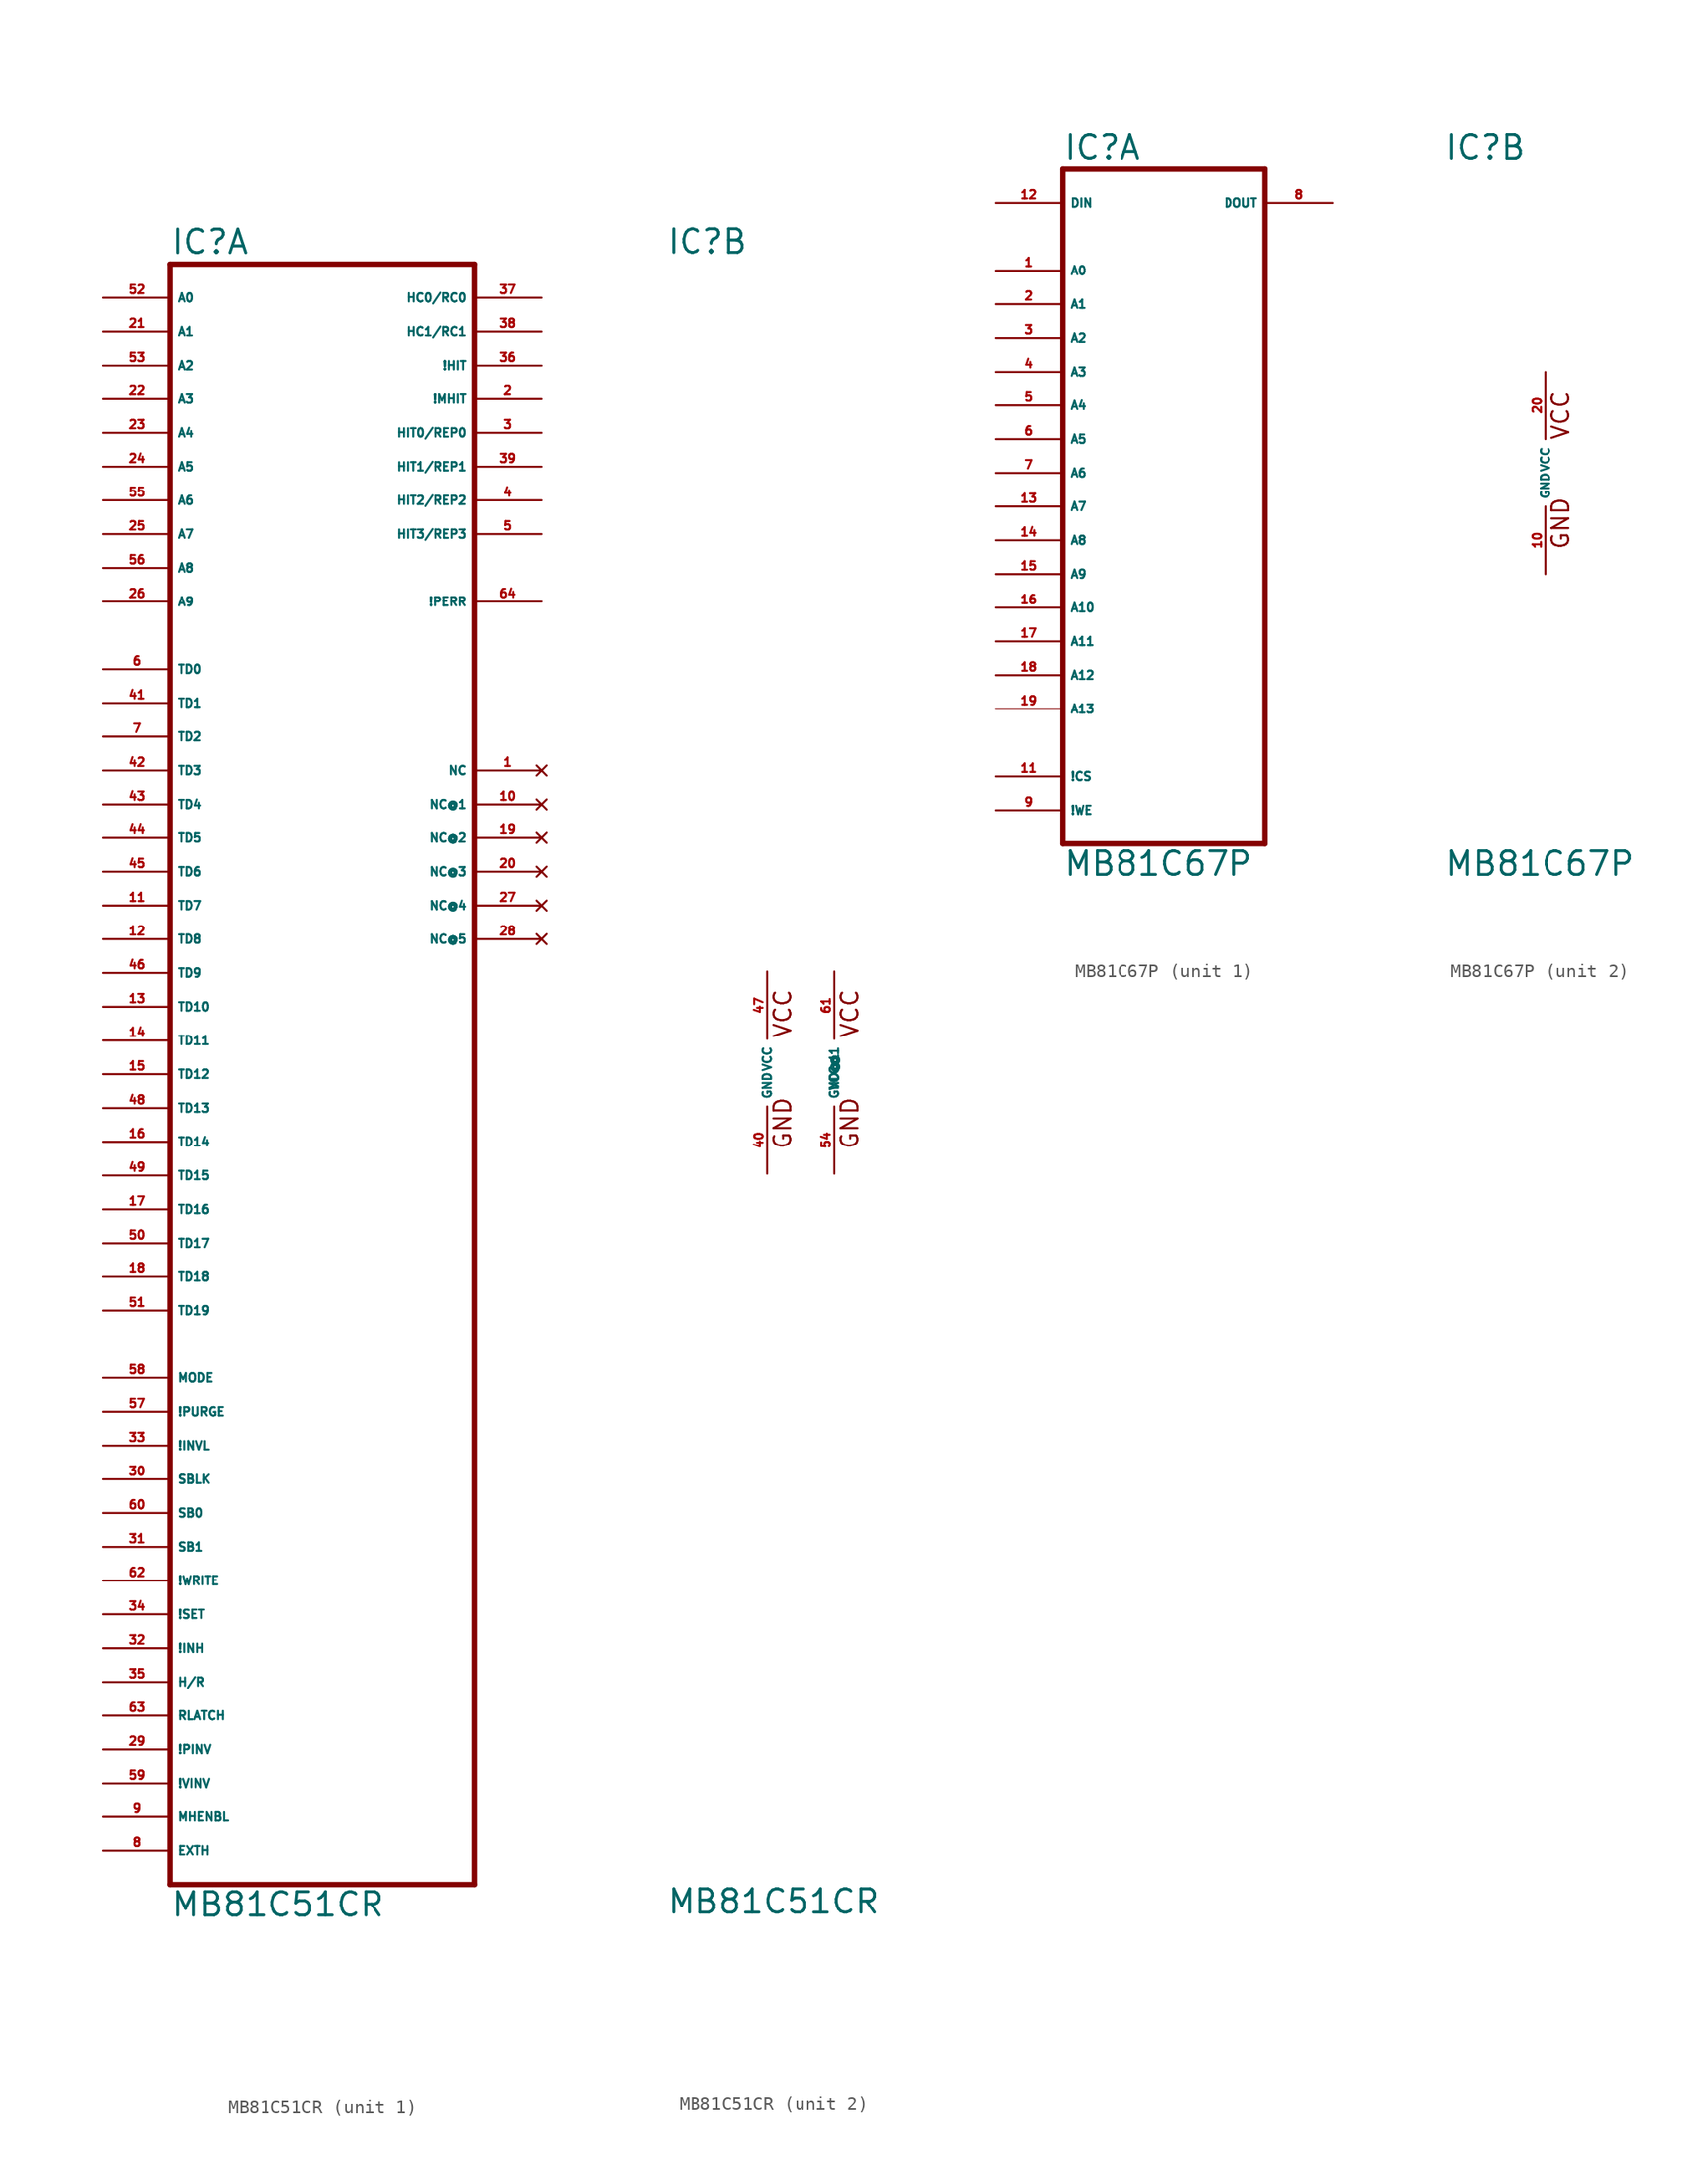
<source format=kicad_sym>
(kicad_symbol_lib
  (version 20220914)
  (generator Eagle2Kicad)
  (symbol "MB81C51CR"
    (property "Reference" "IC"
      (at -10.16 61.595 0)
      (effects (font (size 1.778 1.778) (thickness 0.22)) (justify left bottom)))
    (property "Value" "MB81C51CR"
      (at -10.16 -63.5 0)
      (effects (font (size 1.778 1.778) (thickness 0.22)) (justify left bottom)))
    (symbol "MB81C51CR_1_0"
      (polyline (pts (xy -10.16 60.96) (xy 12.7 60.96)) (stroke (width 0.406) (type default)) (fill (type none)))
      (polyline (pts (xy 12.7 60.96) (xy 12.7 -60.96)) (stroke (width 0.406) (type default)) (fill (type none)))
      (polyline (pts (xy 12.7 -60.96) (xy -10.16 -60.96)) (stroke (width 0.406) (type default)) (fill (type none)))
      (polyline (pts (xy -10.16 -60.96) (xy -10.16 60.96)) (stroke (width 0.406) (type default)) (fill (type none)))
      (pin input line (at -15.24 58.42 0) (length 5.08) (name "A0" (effects (font (size 0.635 0.635) (thickness 0.08)) (justify left bottom))) (number "52" (effects (font (size 0.635 0.635) (thickness 0.08)) (justify left bottom))))
      (pin input line (at -15.24 55.88 0) (length 5.08) (name "A1" (effects (font (size 0.635 0.635) (thickness 0.08)) (justify left bottom))) (number "21" (effects (font (size 0.635 0.635) (thickness 0.08)) (justify left bottom))))
      (pin input line (at -15.24 53.34 0) (length 5.08) (name "A2" (effects (font (size 0.635 0.635) (thickness 0.08)) (justify left bottom))) (number "53" (effects (font (size 0.635 0.635) (thickness 0.08)) (justify left bottom))))
      (pin input line (at -15.24 50.8 0) (length 5.08) (name "A3" (effects (font (size 0.635 0.635) (thickness 0.08)) (justify left bottom))) (number "22" (effects (font (size 0.635 0.635) (thickness 0.08)) (justify left bottom))))
      (pin input line (at -15.24 48.26 0) (length 5.08) (name "A4" (effects (font (size 0.635 0.635) (thickness 0.08)) (justify left bottom))) (number "23" (effects (font (size 0.635 0.635) (thickness 0.08)) (justify left bottom))))
      (pin input line (at -15.24 45.72 0) (length 5.08) (name "A5" (effects (font (size 0.635 0.635) (thickness 0.08)) (justify left bottom))) (number "24" (effects (font (size 0.635 0.635) (thickness 0.08)) (justify left bottom))))
      (pin input line (at -15.24 43.18 0) (length 5.08) (name "A6" (effects (font (size 0.635 0.635) (thickness 0.08)) (justify left bottom))) (number "55" (effects (font (size 0.635 0.635) (thickness 0.08)) (justify left bottom))))
      (pin input line (at -15.24 40.64 0) (length 5.08) (name "A7" (effects (font (size 0.635 0.635) (thickness 0.08)) (justify left bottom))) (number "25" (effects (font (size 0.635 0.635) (thickness 0.08)) (justify left bottom))))
      (pin input line (at -15.24 38.1 0) (length 5.08) (name "A8" (effects (font (size 0.635 0.635) (thickness 0.08)) (justify left bottom))) (number "56" (effects (font (size 0.635 0.635) (thickness 0.08)) (justify left bottom))))
      (pin input line (at -15.24 35.56 0) (length 5.08) (name "A9" (effects (font (size 0.635 0.635) (thickness 0.08)) (justify left bottom))) (number "26" (effects (font (size 0.635 0.635) (thickness 0.08)) (justify left bottom))))
      (pin input line (at -15.24 30.48 0) (length 5.08) (name "TD0" (effects (font (size 0.635 0.635) (thickness 0.08)) (justify left bottom))) (number "6" (effects (font (size 0.635 0.635) (thickness 0.08)) (justify left bottom))))
      (pin input line (at -15.24 27.94 0) (length 5.08) (name "TD1" (effects (font (size 0.635 0.635) (thickness 0.08)) (justify left bottom))) (number "41" (effects (font (size 0.635 0.635) (thickness 0.08)) (justify left bottom))))
      (pin input line (at -15.24 25.4 0) (length 5.08) (name "TD2" (effects (font (size 0.635 0.635) (thickness 0.08)) (justify left bottom))) (number "7" (effects (font (size 0.635 0.635) (thickness 0.08)) (justify left bottom))))
      (pin input line (at -15.24 22.86 0) (length 5.08) (name "TD3" (effects (font (size 0.635 0.635) (thickness 0.08)) (justify left bottom))) (number "42" (effects (font (size 0.635 0.635) (thickness 0.08)) (justify left bottom))))
      (pin input line (at -15.24 20.32 0) (length 5.08) (name "TD4" (effects (font (size 0.635 0.635) (thickness 0.08)) (justify left bottom))) (number "43" (effects (font (size 0.635 0.635) (thickness 0.08)) (justify left bottom))))
      (pin input line (at -15.24 17.78 0) (length 5.08) (name "TD5" (effects (font (size 0.635 0.635) (thickness 0.08)) (justify left bottom))) (number "44" (effects (font (size 0.635 0.635) (thickness 0.08)) (justify left bottom))))
      (pin input line (at -15.24 15.24 0) (length 5.08) (name "TD6" (effects (font (size 0.635 0.635) (thickness 0.08)) (justify left bottom))) (number "45" (effects (font (size 0.635 0.635) (thickness 0.08)) (justify left bottom))))
      (pin input line (at -15.24 12.7 0) (length 5.08) (name "TD7" (effects (font (size 0.635 0.635) (thickness 0.08)) (justify left bottom))) (number "11" (effects (font (size 0.635 0.635) (thickness 0.08)) (justify left bottom))))
      (pin input line (at -15.24 10.16 0) (length 5.08) (name "TD8" (effects (font (size 0.635 0.635) (thickness 0.08)) (justify left bottom))) (number "12" (effects (font (size 0.635 0.635) (thickness 0.08)) (justify left bottom))))
      (pin input line (at -15.24 7.62 0) (length 5.08) (name "TD9" (effects (font (size 0.635 0.635) (thickness 0.08)) (justify left bottom))) (number "46" (effects (font (size 0.635 0.635) (thickness 0.08)) (justify left bottom))))
      (pin input line (at -15.24 5.08 0) (length 5.08) (name "TD10" (effects (font (size 0.635 0.635) (thickness 0.08)) (justify left bottom))) (number "13" (effects (font (size 0.635 0.635) (thickness 0.08)) (justify left bottom))))
      (pin input line (at -15.24 2.54 0) (length 5.08) (name "TD11" (effects (font (size 0.635 0.635) (thickness 0.08)) (justify left bottom))) (number "14" (effects (font (size 0.635 0.635) (thickness 0.08)) (justify left bottom))))
      (pin input line (at -15.24 0 0) (length 5.08) (name "TD12" (effects (font (size 0.635 0.635) (thickness 0.08)) (justify left bottom))) (number "15" (effects (font (size 0.635 0.635) (thickness 0.08)) (justify left bottom))))
      (pin input line (at -15.24 -2.54 0) (length 5.08) (name "TD13" (effects (font (size 0.635 0.635) (thickness 0.08)) (justify left bottom))) (number "48" (effects (font (size 0.635 0.635) (thickness 0.08)) (justify left bottom))))
      (pin input line (at -15.24 -5.08 0) (length 5.08) (name "TD14" (effects (font (size 0.635 0.635) (thickness 0.08)) (justify left bottom))) (number "16" (effects (font (size 0.635 0.635) (thickness 0.08)) (justify left bottom))))
      (pin input line (at -15.24 -7.62 0) (length 5.08) (name "TD15" (effects (font (size 0.635 0.635) (thickness 0.08)) (justify left bottom))) (number "49" (effects (font (size 0.635 0.635) (thickness 0.08)) (justify left bottom))))
      (pin input line (at -15.24 -10.16 0) (length 5.08) (name "TD16" (effects (font (size 0.635 0.635) (thickness 0.08)) (justify left bottom))) (number "17" (effects (font (size 0.635 0.635) (thickness 0.08)) (justify left bottom))))
      (pin input line (at -15.24 -12.7 0) (length 5.08) (name "TD17" (effects (font (size 0.635 0.635) (thickness 0.08)) (justify left bottom))) (number "50" (effects (font (size 0.635 0.635) (thickness 0.08)) (justify left bottom))))
      (pin input line (at -15.24 -15.24 0) (length 5.08) (name "TD18" (effects (font (size 0.635 0.635) (thickness 0.08)) (justify left bottom))) (number "18" (effects (font (size 0.635 0.635) (thickness 0.08)) (justify left bottom))))
      (pin input line (at -15.24 -17.78 0) (length 5.08) (name "TD19" (effects (font (size 0.635 0.635) (thickness 0.08)) (justify left bottom))) (number "51" (effects (font (size 0.635 0.635) (thickness 0.08)) (justify left bottom))))
      (pin input line (at -15.24 -22.86 0) (length 5.08) (name "MODE" (effects (font (size 0.635 0.635) (thickness 0.08)) (justify left bottom))) (number "58" (effects (font (size 0.635 0.635) (thickness 0.08)) (justify left bottom))))
      (pin input line (at -15.24 -25.4 0) (length 5.08) (name "!PURGE" (effects (font (size 0.635 0.635) (thickness 0.08)) (justify left bottom))) (number "57" (effects (font (size 0.635 0.635) (thickness 0.08)) (justify left bottom))))
      (pin input line (at -15.24 -27.94 0) (length 5.08) (name "!INVL" (effects (font (size 0.635 0.635) (thickness 0.08)) (justify left bottom))) (number "33" (effects (font (size 0.635 0.635) (thickness 0.08)) (justify left bottom))))
      (pin input line (at -15.24 -30.48 0) (length 5.08) (name "SBLK" (effects (font (size 0.635 0.635) (thickness 0.08)) (justify left bottom))) (number "30" (effects (font (size 0.635 0.635) (thickness 0.08)) (justify left bottom))))
      (pin input line (at -15.24 -33.02 0) (length 5.08) (name "SB0" (effects (font (size 0.635 0.635) (thickness 0.08)) (justify left bottom))) (number "60" (effects (font (size 0.635 0.635) (thickness 0.08)) (justify left bottom))))
      (pin input line (at -15.24 -35.56 0) (length 5.08) (name "SB1" (effects (font (size 0.635 0.635) (thickness 0.08)) (justify left bottom))) (number "31" (effects (font (size 0.635 0.635) (thickness 0.08)) (justify left bottom))))
      (pin input line (at -15.24 -38.1 0) (length 5.08) (name "!WRITE" (effects (font (size 0.635 0.635) (thickness 0.08)) (justify left bottom))) (number "62" (effects (font (size 0.635 0.635) (thickness 0.08)) (justify left bottom))))
      (pin input line (at -15.24 -40.64 0) (length 5.08) (name "!SET" (effects (font (size 0.635 0.635) (thickness 0.08)) (justify left bottom))) (number "34" (effects (font (size 0.635 0.635) (thickness 0.08)) (justify left bottom))))
      (pin input line (at -15.24 -43.18 0) (length 5.08) (name "!INH" (effects (font (size 0.635 0.635) (thickness 0.08)) (justify left bottom))) (number "32" (effects (font (size 0.635 0.635) (thickness 0.08)) (justify left bottom))))
      (pin input line (at -15.24 -45.72 0) (length 5.08) (name "H/R" (effects (font (size 0.635 0.635) (thickness 0.08)) (justify left bottom))) (number "35" (effects (font (size 0.635 0.635) (thickness 0.08)) (justify left bottom))))
      (pin input line (at -15.24 -48.26 0) (length 5.08) (name "RLATCH" (effects (font (size 0.635 0.635) (thickness 0.08)) (justify left bottom))) (number "63" (effects (font (size 0.635 0.635) (thickness 0.08)) (justify left bottom))))
      (pin input line (at -15.24 -50.8 0) (length 5.08) (name "!PINV" (effects (font (size 0.635 0.635) (thickness 0.08)) (justify left bottom))) (number "29" (effects (font (size 0.635 0.635) (thickness 0.08)) (justify left bottom))))
      (pin input line (at -15.24 -53.34 0) (length 5.08) (name "!VINV" (effects (font (size 0.635 0.635) (thickness 0.08)) (justify left bottom))) (number "59" (effects (font (size 0.635 0.635) (thickness 0.08)) (justify left bottom))))
      (pin input line (at -15.24 -55.88 0) (length 5.08) (name "MHENBL" (effects (font (size 0.635 0.635) (thickness 0.08)) (justify left bottom))) (number "9" (effects (font (size 0.635 0.635) (thickness 0.08)) (justify left bottom))))
      (pin input line (at -15.24 -58.42 0) (length 5.08) (name "EXTH" (effects (font (size 0.635 0.635) (thickness 0.08)) (justify left bottom))) (number "8" (effects (font (size 0.635 0.635) (thickness 0.08)) (justify left bottom))))
      (pin output line (at 17.78 53.34 180) (length 5.08) (name "!HIT" (effects (font (size 0.635 0.635) (thickness 0.08)) (justify left bottom))) (number "36" (effects (font (size 0.635 0.635) (thickness 0.08)) (justify left bottom))))
      (pin output line (at 17.78 58.42 180) (length 5.08) (name "HC0/RC0" (effects (font (size 0.635 0.635) (thickness 0.08)) (justify left bottom))) (number "37" (effects (font (size 0.635 0.635) (thickness 0.08)) (justify left bottom))))
      (pin output line (at 17.78 48.26 180) (length 5.08) (name "HIT0/REP0" (effects (font (size 0.635 0.635) (thickness 0.08)) (justify left bottom))) (number "3" (effects (font (size 0.635 0.635) (thickness 0.08)) (justify left bottom))))
      (pin output line (at 17.78 35.56 180) (length 5.08) (name "!PERR" (effects (font (size 0.635 0.635) (thickness 0.08)) (justify left bottom))) (number "64" (effects (font (size 0.635 0.635) (thickness 0.08)) (justify left bottom))))
      (pin output line (at 17.78 50.8 180) (length 5.08) (name "!MHIT" (effects (font (size 0.635 0.635) (thickness 0.08)) (justify left bottom))) (number "2" (effects (font (size 0.635 0.635) (thickness 0.08)) (justify left bottom))))
      (pin no_connect line (at 17.78 22.86 180) (length 5.08) (name "NC" (effects (font (size 0.635 0.635) (thickness 0.08)) (justify left bottom) hide)) (number "1" (effects (font (size 0.635 0.635) (thickness 0.08)) (justify left bottom) hide)))
      (pin no_connect line (at 17.78 20.32 180) (length 5.08) (name "NC@1" (effects (font (size 0.635 0.635) (thickness 0.08)) (justify left bottom) hide)) (number "10" (effects (font (size 0.635 0.635) (thickness 0.08)) (justify left bottom) hide)))
      (pin no_connect line (at 17.78 17.78 180) (length 5.08) (name "NC@2" (effects (font (size 0.635 0.635) (thickness 0.08)) (justify left bottom) hide)) (number "19" (effects (font (size 0.635 0.635) (thickness 0.08)) (justify left bottom) hide)))
      (pin no_connect line (at 17.78 15.24 180) (length 5.08) (name "NC@3" (effects (font (size 0.635 0.635) (thickness 0.08)) (justify left bottom) hide)) (number "20" (effects (font (size 0.635 0.635) (thickness 0.08)) (justify left bottom) hide)))
      (pin no_connect line (at 17.78 12.7 180) (length 5.08) (name "NC@4" (effects (font (size 0.635 0.635) (thickness 0.08)) (justify left bottom) hide)) (number "27" (effects (font (size 0.635 0.635) (thickness 0.08)) (justify left bottom) hide)))
      (pin output line (at 17.78 45.72 180) (length 5.08) (name "HIT1/REP1" (effects (font (size 0.635 0.635) (thickness 0.08)) (justify left bottom))) (number "39" (effects (font (size 0.635 0.635) (thickness 0.08)) (justify left bottom))))
      (pin output line (at 17.78 43.18 180) (length 5.08) (name "HIT2/REP2" (effects (font (size 0.635 0.635) (thickness 0.08)) (justify left bottom))) (number "4" (effects (font (size 0.635 0.635) (thickness 0.08)) (justify left bottom))))
      (pin output line (at 17.78 40.64 180) (length 5.08) (name "HIT3/REP3" (effects (font (size 0.635 0.635) (thickness 0.08)) (justify left bottom))) (number "5" (effects (font (size 0.635 0.635) (thickness 0.08)) (justify left bottom))))
      (pin output line (at 17.78 55.88 180) (length 5.08) (name "HC1/RC1" (effects (font (size 0.635 0.635) (thickness 0.08)) (justify left bottom))) (number "38" (effects (font (size 0.635 0.635) (thickness 0.08)) (justify left bottom))))
      (pin no_connect line (at 17.78 10.16 180) (length 5.08) (name "NC@5" (effects (font (size 0.635 0.635) (thickness 0.08)) (justify left bottom) hide)) (number "28" (effects (font (size 0.635 0.635) (thickness 0.08)) (justify left bottom) hide))))
    (symbol "MB81C51CR_2_0"
      (text "GND" (at 4.445 -5.842 900) (effects (font (size 1.27 1.27) (thickness 0.16)) (justify left bottom)))
      (text "VCC" (at 4.445 2.54 900) (effects (font (size 1.27 1.27) (thickness 0.16)) (justify left bottom)))
      (text "VCC" (at -0.635 2.54 900) (effects (font (size 1.27 1.27) (thickness 0.16)) (justify left bottom)))
      (text "GND" (at -0.635 -5.842 900) (effects (font (size 1.27 1.27) (thickness 0.16)) (justify left bottom)))
      (pin unspecified line (at -2.54 7.62 270) (length 5.08) (name "VCC" (effects (font (size 0.635 0.635) (thickness 0.08)) (justify left bottom))) (number "47" (effects (font (size 0.635 0.635) (thickness 0.08)) (justify left bottom))))
      (pin unspecified line (at 2.54 7.62 270) (length 5.08) (name "VCC@1" (effects (font (size 0.635 0.635) (thickness 0.08)) (justify left bottom))) (number "61" (effects (font (size 0.635 0.635) (thickness 0.08)) (justify left bottom))))
      (pin unspecified line (at -2.54 -7.62 90) (length 5.08) (name "GND" (effects (font (size 0.635 0.635) (thickness 0.08)) (justify left bottom))) (number "40" (effects (font (size 0.635 0.635) (thickness 0.08)) (justify left bottom))))
      (pin unspecified line (at 2.54 -7.62 90) (length 5.08) (name "GND@1" (effects (font (size 0.635 0.635) (thickness 0.08)) (justify left bottom))) (number "54" (effects (font (size 0.635 0.635) (thickness 0.08)) (justify left bottom))))))
  (symbol "MB81C67P"
    (property "Reference" "IC"
      (at -7.62 23.495 0)
      (effects (font (size 1.778 1.778) (thickness 0.22)) (justify left bottom)))
    (property "Value" "MB81C67P"
      (at -7.62 -30.48 0)
      (effects (font (size 1.778 1.778) (thickness 0.22)) (justify left bottom)))
    (symbol "MB81C67P_1_0"
      (polyline (pts (xy -7.62 -27.94) (xy 7.62 -27.94)) (stroke (width 0.406) (type default)) (fill (type none)))
      (polyline (pts (xy 7.62 -27.94) (xy 7.62 22.86)) (stroke (width 0.406) (type default)) (fill (type none)))
      (polyline (pts (xy 7.62 22.86) (xy -7.62 22.86)) (stroke (width 0.406) (type default)) (fill (type none)))
      (polyline (pts (xy -7.62 22.86) (xy -7.62 -27.94)) (stroke (width 0.406) (type default)) (fill (type none)))
      (pin input line (at -12.7 15.24 0) (length 5.08) (name "A0" (effects (font (size 0.635 0.635) (thickness 0.08)) (justify left bottom))) (number "1" (effects (font (size 0.635 0.635) (thickness 0.08)) (justify left bottom))))
      (pin input line (at -12.7 12.7 0) (length 5.08) (name "A1" (effects (font (size 0.635 0.635) (thickness 0.08)) (justify left bottom))) (number "2" (effects (font (size 0.635 0.635) (thickness 0.08)) (justify left bottom))))
      (pin input line (at -12.7 10.16 0) (length 5.08) (name "A2" (effects (font (size 0.635 0.635) (thickness 0.08)) (justify left bottom))) (number "3" (effects (font (size 0.635 0.635) (thickness 0.08)) (justify left bottom))))
      (pin input line (at -12.7 7.62 0) (length 5.08) (name "A3" (effects (font (size 0.635 0.635) (thickness 0.08)) (justify left bottom))) (number "4" (effects (font (size 0.635 0.635) (thickness 0.08)) (justify left bottom))))
      (pin input line (at -12.7 5.08 0) (length 5.08) (name "A4" (effects (font (size 0.635 0.635) (thickness 0.08)) (justify left bottom))) (number "5" (effects (font (size 0.635 0.635) (thickness 0.08)) (justify left bottom))))
      (pin input line (at -12.7 2.54 0) (length 5.08) (name "A5" (effects (font (size 0.635 0.635) (thickness 0.08)) (justify left bottom))) (number "6" (effects (font (size 0.635 0.635) (thickness 0.08)) (justify left bottom))))
      (pin input line (at -12.7 0 0) (length 5.08) (name "A6" (effects (font (size 0.635 0.635) (thickness 0.08)) (justify left bottom))) (number "7" (effects (font (size 0.635 0.635) (thickness 0.08)) (justify left bottom))))
      (pin input line (at -12.7 -2.54 0) (length 5.08) (name "A7" (effects (font (size 0.635 0.635) (thickness 0.08)) (justify left bottom))) (number "13" (effects (font (size 0.635 0.635) (thickness 0.08)) (justify left bottom))))
      (pin input line (at -12.7 -5.08 0) (length 5.08) (name "A8" (effects (font (size 0.635 0.635) (thickness 0.08)) (justify left bottom))) (number "14" (effects (font (size 0.635 0.635) (thickness 0.08)) (justify left bottom))))
      (pin input line (at -12.7 -7.62 0) (length 5.08) (name "A9" (effects (font (size 0.635 0.635) (thickness 0.08)) (justify left bottom))) (number "15" (effects (font (size 0.635 0.635) (thickness 0.08)) (justify left bottom))))
      (pin input line (at -12.7 -10.16 0) (length 5.08) (name "A10" (effects (font (size 0.635 0.635) (thickness 0.08)) (justify left bottom))) (number "16" (effects (font (size 0.635 0.635) (thickness 0.08)) (justify left bottom))))
      (pin input line (at -12.7 -12.7 0) (length 5.08) (name "A11" (effects (font (size 0.635 0.635) (thickness 0.08)) (justify left bottom))) (number "17" (effects (font (size 0.635 0.635) (thickness 0.08)) (justify left bottom))))
      (pin input line (at -12.7 -15.24 0) (length 5.08) (name "A12" (effects (font (size 0.635 0.635) (thickness 0.08)) (justify left bottom))) (number "18" (effects (font (size 0.635 0.635) (thickness 0.08)) (justify left bottom))))
      (pin input line (at -12.7 -17.78 0) (length 5.08) (name "A13" (effects (font (size 0.635 0.635) (thickness 0.08)) (justify left bottom))) (number "19" (effects (font (size 0.635 0.635) (thickness 0.08)) (justify left bottom))))
      (pin input line (at -12.7 -22.86 0) (length 5.08) (name "!CS" (effects (font (size 0.635 0.635) (thickness 0.08)) (justify left bottom))) (number "11" (effects (font (size 0.635 0.635) (thickness 0.08)) (justify left bottom))))
      (pin input line (at -12.7 -25.4 0) (length 5.08) (name "!WE" (effects (font (size 0.635 0.635) (thickness 0.08)) (justify left bottom))) (number "9" (effects (font (size 0.635 0.635) (thickness 0.08)) (justify left bottom))))
      (pin output line (at 12.7 20.32 180) (length 5.08) (name "DOUT" (effects (font (size 0.635 0.635) (thickness 0.08)) (justify left bottom))) (number "8" (effects (font (size 0.635 0.635) (thickness 0.08)) (justify left bottom))))
      (pin input line (at -12.7 20.32 0) (length 5.08) (name "DIN" (effects (font (size 0.635 0.635) (thickness 0.08)) (justify left bottom))) (number "12" (effects (font (size 0.635 0.635) (thickness 0.08)) (justify left bottom)))))
    (symbol "MB81C67P_2_0"
      (text "VCC" (at 1.905 2.413 900) (effects (font (size 1.27 1.27) (thickness 0.16)) (justify left bottom)))
      (text "GND" (at 1.905 -5.842 900) (effects (font (size 1.27 1.27) (thickness 0.16)) (justify left bottom)))
      (pin unspecified line (at 0 -7.62 90) (length 5.08) (name "GND" (effects (font (size 0.635 0.635) (thickness 0.08)) (justify left bottom))) (number "10" (effects (font (size 0.635 0.635) (thickness 0.08)) (justify left bottom))))
      (pin unspecified line (at 0 7.62 270) (length 5.08) (name "VCC" (effects (font (size 0.635 0.635) (thickness 0.08)) (justify left bottom))) (number "20" (effects (font (size 0.635 0.635) (thickness 0.08)) (justify left bottom)))))))
</source>
